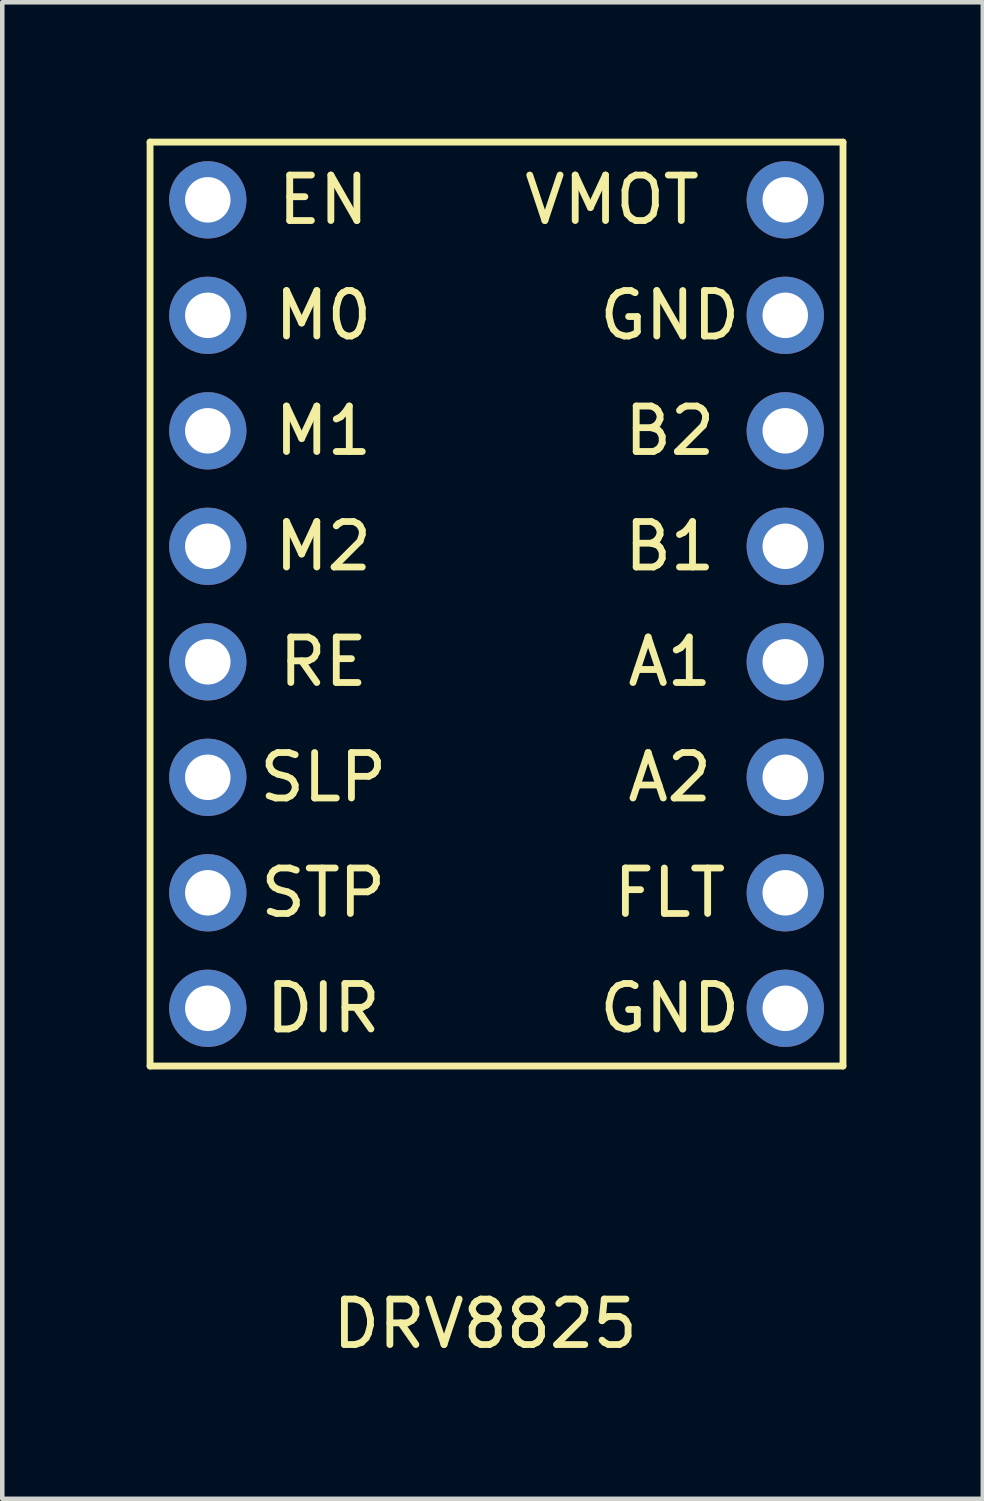
<source format=kicad_pcb>
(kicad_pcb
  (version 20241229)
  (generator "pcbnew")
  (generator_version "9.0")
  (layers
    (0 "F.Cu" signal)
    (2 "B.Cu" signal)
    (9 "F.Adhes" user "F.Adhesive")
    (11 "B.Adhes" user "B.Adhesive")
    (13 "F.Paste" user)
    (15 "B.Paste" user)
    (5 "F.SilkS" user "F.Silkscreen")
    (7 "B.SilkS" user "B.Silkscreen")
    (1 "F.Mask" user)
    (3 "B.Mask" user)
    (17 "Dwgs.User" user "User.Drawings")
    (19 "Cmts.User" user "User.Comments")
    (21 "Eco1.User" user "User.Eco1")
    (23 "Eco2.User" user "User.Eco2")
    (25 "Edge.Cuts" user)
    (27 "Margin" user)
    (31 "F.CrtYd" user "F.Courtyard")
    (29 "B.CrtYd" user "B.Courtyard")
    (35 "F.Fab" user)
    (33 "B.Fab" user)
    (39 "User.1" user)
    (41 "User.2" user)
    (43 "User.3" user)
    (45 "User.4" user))
  (footprint "DRV8825"
    (layer "F.Cu")
    (at 0.25 20.395)
    (property "Reference" "DRV8825" (at 7.37 5.67 180) (layer "F.SilkS") (effects (font (size 1 1) (thickness 0.15))))
    (attr through_hole)
    (fp_line (start 0 -20.32) (end 15.24 -20.32) (stroke (width 0.15) (type solid)) (layer "F.SilkS"))
    (fp_line (start 0 0) (end 0 -20.32) (stroke (width 0.15) (type solid)) (layer "F.SilkS"))
    (fp_line (start 15.24 -20.32) (end 15.24 0) (stroke (width 0.15) (type solid)) (layer "F.SilkS"))
    (fp_line (start 15.24 0) (end 0 0) (stroke (width 0.15) (type solid)) (layer "F.SilkS"))
    (fp_text user "EN" (at 3.81 -19.05 180) (layer "F.SilkS") (effects (font (size 1 1) (thickness 0.15))))
    (fp_text user "A1" (at 11.43 -8.89 180) (layer "F.SilkS") (effects (font (size 1 1) (thickness 0.15))))
    (fp_text user "GND" (at 11.43 -16.51 180) (layer "F.SilkS") (effects (font (size 1 1) (thickness 0.15))))
    (fp_text user "STP" (at 3.81 -3.81 180) (layer "F.SilkS") (effects (font (size 1 1) (thickness 0.15))))
    (fp_text user "FLT" (at 11.43 -3.81 180) (layer "F.SilkS") (effects (font (size 1 1) (thickness 0.15))))
    (fp_text user "VMOT" (at 10.16 -19.05 180) (layer "F.SilkS") (effects (font (size 1 1) (thickness 0.15))))
    (fp_text user "B2" (at 11.43 -13.97 180) (layer "F.SilkS") (effects (font (size 1 1) (thickness 0.15))))
    (fp_text user "DIR" (at 3.81 -1.27 180) (layer "F.SilkS") (effects (font (size 1 1) (thickness 0.15))))
    (fp_text user "B1" (at 11.43 -11.43 180) (layer "F.SilkS") (effects (font (size 1 1) (thickness 0.15))))
    (fp_text user "M1" (at 3.81 -13.97 180) (layer "F.SilkS") (effects (font (size 1 1) (thickness 0.15))))
    (fp_text user "A2" (at 11.43 -6.35 180) (layer "F.SilkS") (effects (font (size 1 1) (thickness 0.15))))
    (fp_text user "GND" (at 11.43 -1.27 180) (layer "F.SilkS") (effects (font (size 1 1) (thickness 0.15))))
    (fp_text user "M0" (at 3.81 -16.51 180) (layer "F.SilkS") (effects (font (size 1 1) (thickness 0.15))))
    (fp_text user "SLP" (at 3.81 -6.35 180) (layer "F.SilkS") (effects (font (size 1 1) (thickness 0.15))))
    (fp_text user "M2" (at 3.81 -11.43 180) (layer "F.SilkS") (effects (font (size 1 1) (thickness 0.15))))
    (fp_text user "RE" (at 3.81 -8.89 180) (layer "F.SilkS") (effects (font (size 1 1) (thickness 0.15))))
    (pad "1" thru_hole circle (at 13.97 -1.27) (size 1.7 1.7) (drill 1) (layers "*.Cu" "*.Mask"))
    (pad "2" thru_hole circle (at 13.97 -3.81) (size 1.7 1.7) (drill 1) (layers "*.Cu" "*.Mask"))
    (pad "3" thru_hole circle (at 13.97 -6.35) (size 1.7 1.7) (drill 1) (layers "*.Cu" "*.Mask"))
    (pad "4" thru_hole circle (at 13.97 -8.89) (size 1.7 1.7) (drill 1) (layers "*.Cu" "*.Mask"))
    (pad "5" thru_hole circle (at 13.97 -11.43) (size 1.7 1.7) (drill 1) (layers "*.Cu" "*.Mask"))
    (pad "6" thru_hole circle (at 13.97 -13.97) (size 1.7 1.7) (drill 1) (layers "*.Cu" "*.Mask"))
    (pad "7" thru_hole circle (at 13.97 -16.51) (size 1.7 1.7) (drill 1) (layers "*.Cu" "*.Mask"))
    (pad "8" thru_hole circle (at 13.97 -19.05) (size 1.7 1.7) (drill 1) (layers "*.Cu" "*.Mask"))
    (pad "9" thru_hole circle (at 1.27 -19.05) (size 1.7 1.7) (drill 1) (layers "*.Cu" "*.Mask"))
    (pad "10" thru_hole circle (at 1.27 -16.51) (size 1.7 1.7) (drill 1) (layers "*.Cu" "*.Mask"))
    (pad "11" thru_hole circle (at 1.27 -13.97) (size 1.7 1.7) (drill 1) (layers "*.Cu" "*.Mask"))
    (pad "12" thru_hole circle (at 1.27 -11.43) (size 1.7 1.7) (drill 1) (layers "*.Cu" "*.Mask"))
    (pad "13" thru_hole circle (at 1.27 -8.89) (size 1.7 1.7) (drill 1) (layers "*.Cu" "*.Mask"))
    (pad "14" thru_hole circle (at 1.27 -6.35) (size 1.7 1.7) (drill 1) (layers "*.Cu" "*.Mask"))
    (pad "15" thru_hole circle (at 1.27 -3.81) (size 1.7 1.7) (drill 1) (layers "*.Cu" "*.Mask"))
    (pad "16" thru_hole circle (at 1.27 -1.27) (size 1.7 1.7) (drill 1) (layers "*.Cu" "*.Mask")))
  (gr_rect
    (start -3 -3)
    (end 18.565 29.913)
    (stroke (width 0.1) (type default))
    (fill no)
    (layer "Edge.Cuts")))
</source>
